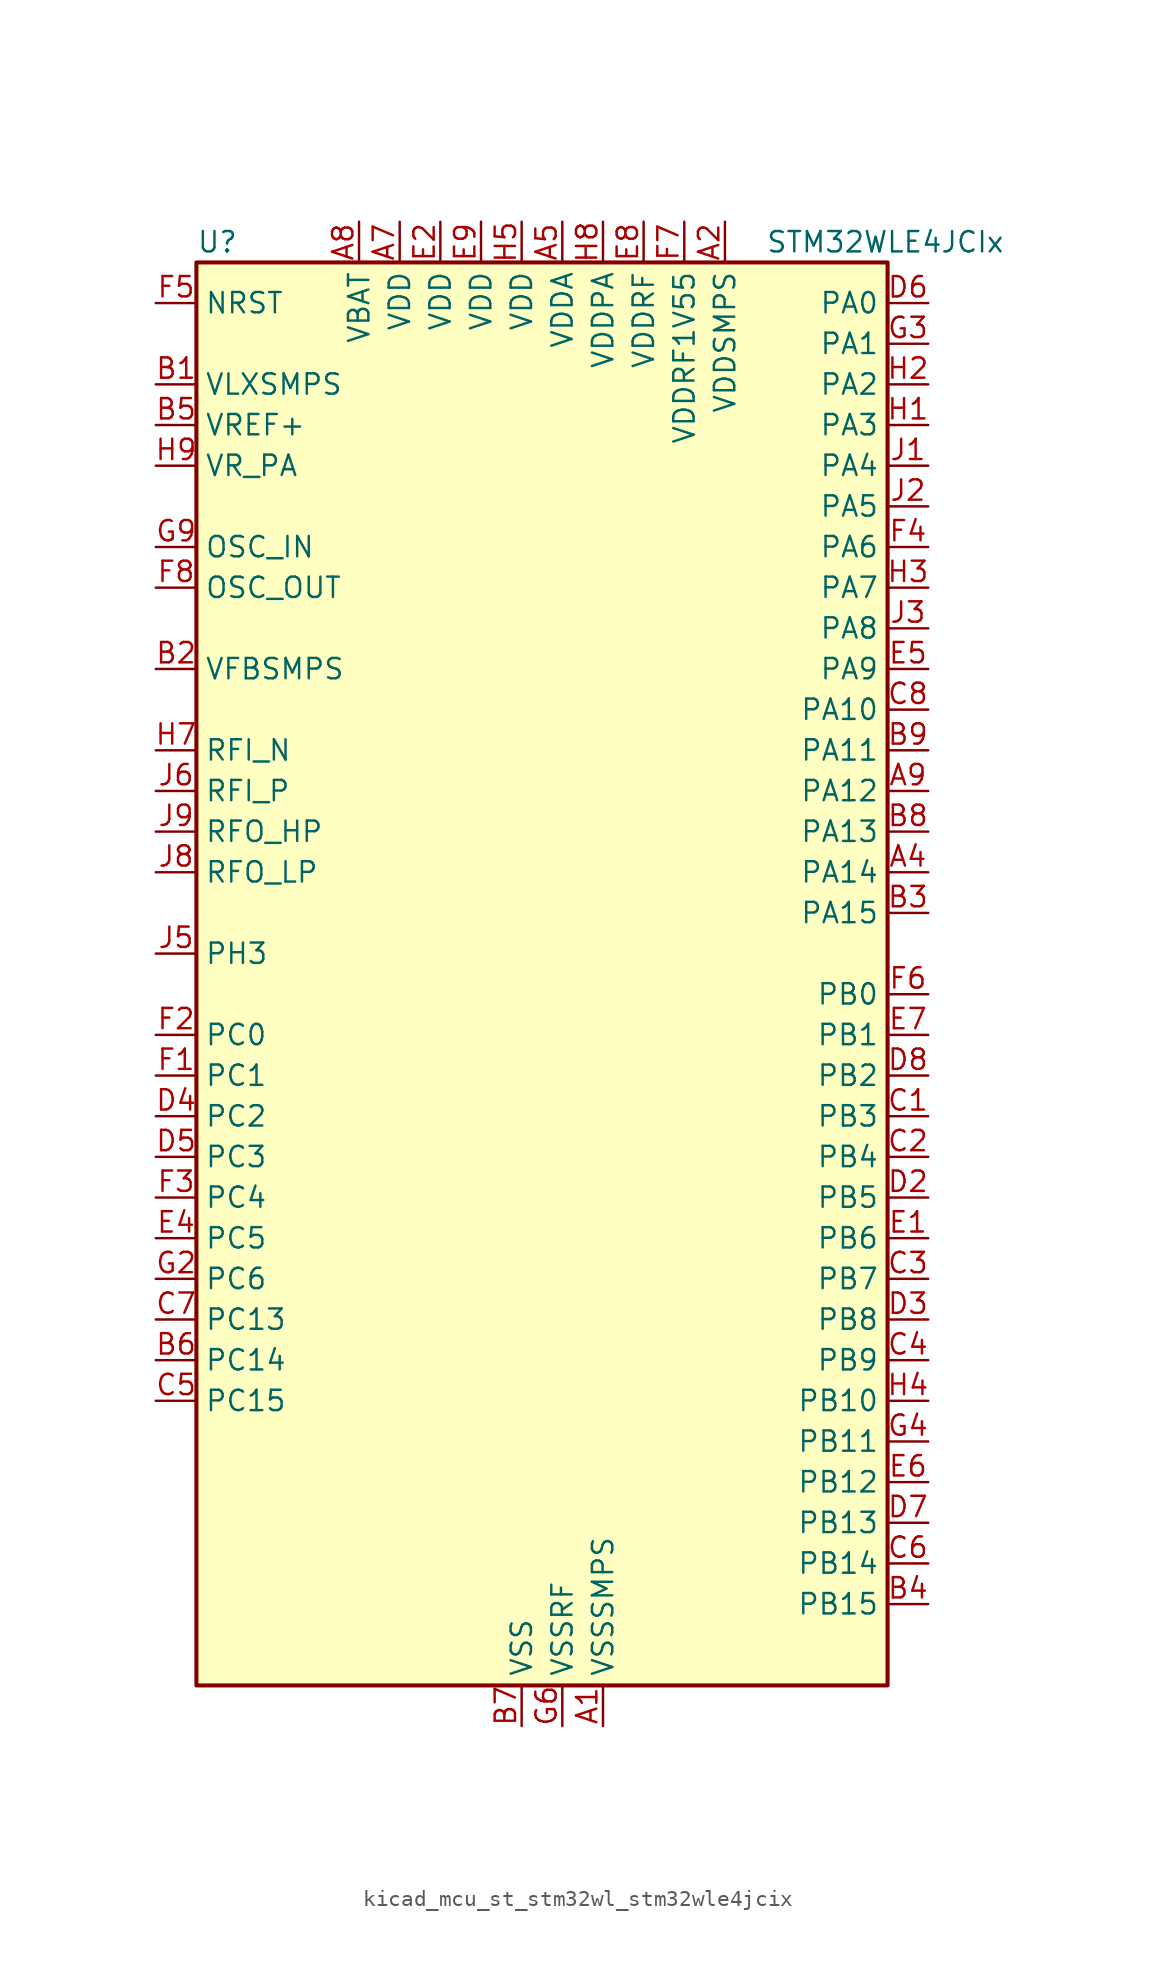
<source format=kicad_sym>
(kicad_symbol_lib
  (version 20220914)
  (generator kicad_symbol_editor)
  (symbol "kicad_mcu_st_stm32wl_stm32wle4jcix"
    (property "Reference" "U"
      (at -20.32 46.99 0)
      (effects (font (size 1.27 1.27)) (justify left)))
    (property "Value" "STM32WLE4JCIx"
      (at 15.24 46.99 0)
      (effects (font (size 1.27 1.27)) (justify left)))
    (property "ki_locked" ""
      (at 0 0 0)
      (effects (font (size 1.27 1.27))))
    (symbol "kicad_mcu_st_stm32wl_stm32wle4jcix_0_1"
      (rectangle (start -20.32 -43.18) (end 22.86 45.72) (stroke (width 0.254) (type default)) (fill (type background))))
    (symbol "kicad_mcu_st_stm32wl_stm32wle4jcix_1_1"
      (pin power_in line (at 5.08 -45.72 90) (length 2.54) (name "VSSSMPS" (effects (font (size 1.27 1.27)))) (number "A1" (effects (font (size 1.27 1.27)))))
      (pin power_in line (at 12.7 48.26 270) (length 2.54) (name "VDDSMPS" (effects (font (size 1.27 1.27)))) (number "A2" (effects (font (size 1.27 1.27)))))
      (pin bidirectional line (at 25.4 7.62 180) (length 2.54) (name "PA14" (effects (font (size 1.27 1.27)))) (number "A4" (effects (font (size 1.27 1.27)))) (alternate "ADC_IN10" bidirectional line) (alternate "DEBUG_JTCK-SWCLK" bidirectional line) (alternate "I2C1_SMBA" bidirectional line) (alternate "LPTIM1_OUT" bidirectional line))
      (pin power_in line (at 2.54 48.26 270) (length 2.54) (name "VDDA" (effects (font (size 1.27 1.27)))) (number "A5" (effects (font (size 1.27 1.27)))))
      (pin power_in line (at -7.62 48.26 270) (length 2.54) (name "VDD" (effects (font (size 1.27 1.27)))) (number "A7" (effects (font (size 1.27 1.27)))))
      (pin power_in line (at -10.16 48.26 270) (length 2.54) (name "VBAT" (effects (font (size 1.27 1.27)))) (number "A8" (effects (font (size 1.27 1.27)))))
      (pin bidirectional line (at 25.4 12.7 180) (length 2.54) (name "PA12" (effects (font (size 1.27 1.27)))) (number "A9" (effects (font (size 1.27 1.27)))) (alternate "ADC_IN8" bidirectional line) (alternate "DEBUG_RF-BUSY" bidirectional line) (alternate "I2C2_SCL" bidirectional line) (alternate "LPTIM3_IN1" bidirectional line) (alternate "SPI1_MOSI" bidirectional line) (alternate "TIM1_ETR" bidirectional line) (alternate "USART1_DE" bidirectional line) (alternate "USART1_RTS" bidirectional line))
      (pin power_in line (at -22.86 38.1 0) (length 2.54) (name "VLXSMPS" (effects (font (size 1.27 1.27)))) (number "B1" (effects (font (size 1.27 1.27)))))
      (pin input line (at -22.86 20.32 0) (length 2.54) (name "VFBSMPS" (effects (font (size 1.27 1.27)))) (number "B2" (effects (font (size 1.27 1.27)))))
      (pin bidirectional line (at 25.4 5.08 180) (length 2.54) (name "PA15" (effects (font (size 1.27 1.27)))) (number "B3" (effects (font (size 1.27 1.27)))) (alternate "ADC_IN11" bidirectional line) (alternate "COMP1_INM" bidirectional line) (alternate "COMP2_INP" bidirectional line) (alternate "DEBUG_JTDI" bidirectional line) (alternate "I2C2_SDA" bidirectional line) (alternate "SPI1_NSS" bidirectional line) (alternate "TIM2_CH1" bidirectional line) (alternate "TIM2_ETR" bidirectional line))
      (pin bidirectional line (at 25.4 -38.1 180) (length 2.54) (name "PB15" (effects (font (size 1.27 1.27)))) (number "B4" (effects (font (size 1.27 1.27)))) (alternate "I2C2_SCL" bidirectional line) (alternate "I2S2_SD" bidirectional line) (alternate "SPI2_MOSI" bidirectional line) (alternate "TIM1_CH3N" bidirectional line))
      (pin input line (at -22.86 35.56 0) (length 2.54) (name "VREF+" (effects (font (size 1.27 1.27)))) (number "B5" (effects (font (size 1.27 1.27)))) (alternate "VREFBUF_OUT" bidirectional line))
      (pin bidirectional line (at -22.86 -22.86 0) (length 2.54) (name "PC14" (effects (font (size 1.27 1.27)))) (number "B6" (effects (font (size 1.27 1.27)))) (alternate "RCC_OSC32_IN" bidirectional line))
      (pin power_in line (at 0 -45.72 90) (length 2.54) (name "VSS" (effects (font (size 1.27 1.27)))) (number "B7" (effects (font (size 1.27 1.27)))))
      (pin bidirectional line (at 25.4 10.16 180) (length 2.54) (name "PA13" (effects (font (size 1.27 1.27)))) (number "B8" (effects (font (size 1.27 1.27)))) (alternate "ADC_IN9" bidirectional line) (alternate "DEBUG_JTMS-SWDIO" bidirectional line) (alternate "I2C2_SMBA" bidirectional line) (alternate "IR_OUT" bidirectional line))
      (pin bidirectional line (at 25.4 15.24 180) (length 2.54) (name "PA11" (effects (font (size 1.27 1.27)))) (number "B9" (effects (font (size 1.27 1.27)))) (alternate "ADC_EXTI11" bidirectional line) (alternate "ADC_IN7" bidirectional line) (alternate "COMP1_INM" bidirectional line) (alternate "COMP2_INM" bidirectional line) (alternate "DEBUG_RF-NRESET" bidirectional line) (alternate "I2C2_SDA" bidirectional line) (alternate "LPTIM3_ETR" bidirectional line) (alternate "SPI1_MISO" bidirectional line) (alternate "TIM1_BKIN2" bidirectional line) (alternate "TIM1_CH4" bidirectional line) (alternate "USART1_CTS" bidirectional line) (alternate "USART1_NSS" bidirectional line))
      (pin bidirectional line (at 25.4 -7.62 180) (length 2.54) (name "PB3" (effects (font (size 1.27 1.27)))) (number "C1" (effects (font (size 1.27 1.27)))) (alternate "ADC_IN2" bidirectional line) (alternate "COMP1_INM" bidirectional line) (alternate "COMP2_INM" bidirectional line) (alternate "DEBUG_JTDO-SWO" bidirectional line) (alternate "DEBUG_RF-DTB1" bidirectional line) (alternate "PWR_WKUP3" bidirectional line) (alternate "RTC_TAMP_IN3" bidirectional line) (alternate "SPI1_SCK" bidirectional line) (alternate "TIM2_CH2" bidirectional line) (alternate "USART1_DE" bidirectional line) (alternate "USART1_RTS" bidirectional line))
      (pin bidirectional line (at 25.4 -10.16 180) (length 2.54) (name "PB4" (effects (font (size 1.27 1.27)))) (number "C2" (effects (font (size 1.27 1.27)))) (alternate "ADC_IN3" bidirectional line) (alternate "COMP1_INP" bidirectional line) (alternate "COMP2_INP" bidirectional line) (alternate "DEBUG_JTRST" bidirectional line) (alternate "DEBUG_RF-LDORDY" bidirectional line) (alternate "I2C3_SDA" bidirectional line) (alternate "SPI1_MISO" bidirectional line) (alternate "TIM17_BKIN" bidirectional line) (alternate "USART1_CTS" bidirectional line) (alternate "USART1_NSS" bidirectional line))
      (pin bidirectional line (at 25.4 -17.78 180) (length 2.54) (name "PB7" (effects (font (size 1.27 1.27)))) (number "C3" (effects (font (size 1.27 1.27)))) (alternate "I2C1_SDA" bidirectional line) (alternate "LPTIM1_IN2" bidirectional line) (alternate "PWR_PVD_IN" bidirectional line) (alternate "TIM17_CH1N" bidirectional line) (alternate "TIM1_BKIN" bidirectional line) (alternate "USART1_RX" bidirectional line))
      (pin bidirectional line (at 25.4 -22.86 180) (length 2.54) (name "PB9" (effects (font (size 1.27 1.27)))) (number "C4" (effects (font (size 1.27 1.27)))) (alternate "DAC_EXTI9" bidirectional line) (alternate "I2C1_SDA" bidirectional line) (alternate "I2S2_WS" bidirectional line) (alternate "IR_OUT" bidirectional line) (alternate "SPI2_NSS" bidirectional line) (alternate "TIM17_CH1" bidirectional line) (alternate "TIM1_CH3N" bidirectional line))
      (pin bidirectional line (at -22.86 -25.4 0) (length 2.54) (name "PC15" (effects (font (size 1.27 1.27)))) (number "C5" (effects (font (size 1.27 1.27)))) (alternate "RCC_OSC32_OUT" bidirectional line))
      (pin bidirectional line (at 25.4 -35.56 180) (length 2.54) (name "PB14" (effects (font (size 1.27 1.27)))) (number "C6" (effects (font (size 1.27 1.27)))) (alternate "ADC_IN1" bidirectional line) (alternate "I2C3_SDA" bidirectional line) (alternate "I2S2_MCK" bidirectional line) (alternate "SPI2_MISO" bidirectional line) (alternate "TIM1_CH2N" bidirectional line))
      (pin bidirectional line (at -22.86 -20.32 0) (length 2.54) (name "PC13" (effects (font (size 1.27 1.27)))) (number "C7" (effects (font (size 1.27 1.27)))) (alternate "PWR_WKUP2" bidirectional line) (alternate "RTC_OUT1" bidirectional line) (alternate "RTC_TAMP_IN1" bidirectional line) (alternate "RTC_TS" bidirectional line))
      (pin bidirectional line (at 25.4 17.78 180) (length 2.54) (name "PA10" (effects (font (size 1.27 1.27)))) (number "C8" (effects (font (size 1.27 1.27)))) (alternate "ADC_IN6" bidirectional line) (alternate "COMP1_INM" bidirectional line) (alternate "COMP2_INM" bidirectional line) (alternate "DAC_OUT1" bidirectional line) (alternate "DEBUG_RF-HSE32RDY" bidirectional line) (alternate "I2C1_SDA" bidirectional line) (alternate "I2S2_SD" bidirectional line) (alternate "RTC_REFIN" bidirectional line) (alternate "SPI2_MOSI" bidirectional line) (alternate "TIM17_BKIN" bidirectional line) (alternate "TIM1_CH3" bidirectional line) (alternate "USART1_RX" bidirectional line))
      (pin bidirectional line (at 25.4 -12.7 180) (length 2.54) (name "PB5" (effects (font (size 1.27 1.27)))) (number "D2" (effects (font (size 1.27 1.27)))) (alternate "COMP2_OUT" bidirectional line) (alternate "I2C1_SMBA" bidirectional line) (alternate "LPTIM1_IN1" bidirectional line) (alternate "SPI1_MOSI" bidirectional line) (alternate "TIM16_BKIN" bidirectional line) (alternate "USART1_CK" bidirectional line))
      (pin bidirectional line (at 25.4 -20.32 180) (length 2.54) (name "PB8" (effects (font (size 1.27 1.27)))) (number "D3" (effects (font (size 1.27 1.27)))) (alternate "I2C1_SCL" bidirectional line) (alternate "TIM16_CH1" bidirectional line) (alternate "TIM1_CH2N" bidirectional line))
      (pin bidirectional line (at -22.86 -7.62 0) (length 2.54) (name "PC2" (effects (font (size 1.27 1.27)))) (number "D4" (effects (font (size 1.27 1.27)))) (alternate "LPTIM1_IN2" bidirectional line) (alternate "SPI2_MISO" bidirectional line))
      (pin bidirectional line (at -22.86 -10.16 0) (length 2.54) (name "PC3" (effects (font (size 1.27 1.27)))) (number "D5" (effects (font (size 1.27 1.27)))) (alternate "I2S2_SD" bidirectional line) (alternate "LPTIM1_ETR" bidirectional line) (alternate "LPTIM2_ETR" bidirectional line) (alternate "SPI2_MOSI" bidirectional line))
      (pin bidirectional line (at 25.4 43.18 180) (length 2.54) (name "PA0" (effects (font (size 1.27 1.27)))) (number "D6" (effects (font (size 1.27 1.27)))) (alternate "COMP1_OUT" bidirectional line) (alternate "DEBUG_PWR-REGLP1S" bidirectional line) (alternate "I2C3_SMBA" bidirectional line) (alternate "I2S_CKIN" bidirectional line) (alternate "PWR_WKUP1" bidirectional line) (alternate "RTC_TAMP_IN2" bidirectional line) (alternate "TIM2_CH1" bidirectional line) (alternate "TIM2_ETR" bidirectional line) (alternate "USART2_CTS" bidirectional line) (alternate "USART2_NSS" bidirectional line))
      (pin bidirectional line (at 25.4 -33.02 180) (length 2.54) (name "PB13" (effects (font (size 1.27 1.27)))) (number "D7" (effects (font (size 1.27 1.27)))) (alternate "ADC_IN0" bidirectional line) (alternate "I2C3_SCL" bidirectional line) (alternate "I2S2_CK" bidirectional line) (alternate "LPUART1_CTS" bidirectional line) (alternate "SPI2_SCK" bidirectional line) (alternate "TIM1_CH1N" bidirectional line))
      (pin bidirectional line (at 25.4 -5.08 180) (length 2.54) (name "PB2" (effects (font (size 1.27 1.27)))) (number "D8" (effects (font (size 1.27 1.27)))) (alternate "ADC_IN4" bidirectional line) (alternate "COMP1_INP" bidirectional line) (alternate "COMP2_INM" bidirectional line) (alternate "DEBUG_RF-SMPSRDY" bidirectional line) (alternate "I2C3_SMBA" bidirectional line) (alternate "LPTIM1_OUT" bidirectional line) (alternate "SPI1_NSS" bidirectional line))
      (pin passive line (at 0 -45.72 90) (length 2.54) hide (name "VSS" (effects (font (size 1.27 1.27)))) (number "D9" (effects (font (size 1.27 1.27)))))
      (pin bidirectional line (at 25.4 -15.24 180) (length 2.54) (name "PB6" (effects (font (size 1.27 1.27)))) (number "E1" (effects (font (size 1.27 1.27)))) (alternate "I2C1_SCL" bidirectional line) (alternate "LPTIM1_ETR" bidirectional line) (alternate "TIM16_CH1N" bidirectional line) (alternate "USART1_TX" bidirectional line))
      (pin power_in line (at -5.08 48.26 270) (length 2.54) (name "VDD" (effects (font (size 1.27 1.27)))) (number "E2" (effects (font (size 1.27 1.27)))))
      (pin passive line (at 0 -45.72 90) (length 2.54) hide (name "VSS" (effects (font (size 1.27 1.27)))) (number "E3" (effects (font (size 1.27 1.27)))))
      (pin bidirectional line (at -22.86 -15.24 0) (length 2.54) (name "PC5" (effects (font (size 1.27 1.27)))) (number "E4" (effects (font (size 1.27 1.27)))))
      (pin bidirectional line (at 25.4 20.32 180) (length 2.54) (name "PA9" (effects (font (size 1.27 1.27)))) (number "E5" (effects (font (size 1.27 1.27)))) (alternate "DAC_EXTI9" bidirectional line) (alternate "I2C1_SCL" bidirectional line) (alternate "I2S2_CK" bidirectional line) (alternate "I2S2_WS" bidirectional line) (alternate "SPI2_NSS" bidirectional line) (alternate "SPI2_SCK" bidirectional line) (alternate "TIM1_CH2" bidirectional line) (alternate "USART1_TX" bidirectional line))
      (pin bidirectional line (at 25.4 -30.48 180) (length 2.54) (name "PB12" (effects (font (size 1.27 1.27)))) (number "E6" (effects (font (size 1.27 1.27)))) (alternate "I2C3_SMBA" bidirectional line) (alternate "I2S2_WS" bidirectional line) (alternate "LPUART1_RTS" bidirectional line) (alternate "SPI2_NSS" bidirectional line) (alternate "TIM1_BKIN" bidirectional line))
      (pin bidirectional line (at 25.4 -2.54 180) (length 2.54) (name "PB1" (effects (font (size 1.27 1.27)))) (number "E7" (effects (font (size 1.27 1.27)))) (alternate "ADC_IN5" bidirectional line) (alternate "COMP2_INP" bidirectional line) (alternate "LPTIM2_IN1" bidirectional line) (alternate "LPUART1_DE" bidirectional line) (alternate "LPUART1_RTS" bidirectional line))
      (pin power_in line (at 7.62 48.26 270) (length 2.54) (name "VDDRF" (effects (font (size 1.27 1.27)))) (number "E8" (effects (font (size 1.27 1.27)))))
      (pin power_in line (at -2.54 48.26 270) (length 2.54) (name "VDD" (effects (font (size 1.27 1.27)))) (number "E9" (effects (font (size 1.27 1.27)))))
      (pin bidirectional line (at -22.86 -5.08 0) (length 2.54) (name "PC1" (effects (font (size 1.27 1.27)))) (number "F1" (effects (font (size 1.27 1.27)))) (alternate "I2C3_SDA" bidirectional line) (alternate "I2S2_SD" bidirectional line) (alternate "LPTIM1_OUT" bidirectional line) (alternate "LPUART1_TX" bidirectional line) (alternate "SPI2_MOSI" bidirectional line))
      (pin bidirectional line (at -22.86 -2.54 0) (length 2.54) (name "PC0" (effects (font (size 1.27 1.27)))) (number "F2" (effects (font (size 1.27 1.27)))) (alternate "I2C3_SCL" bidirectional line) (alternate "LPTIM1_IN1" bidirectional line) (alternate "LPTIM2_IN1" bidirectional line) (alternate "LPUART1_RX" bidirectional line))
      (pin bidirectional line (at -22.86 -12.7 0) (length 2.54) (name "PC4" (effects (font (size 1.27 1.27)))) (number "F3" (effects (font (size 1.27 1.27)))))
      (pin bidirectional line (at 25.4 27.94 180) (length 2.54) (name "PA6" (effects (font (size 1.27 1.27)))) (number "F4" (effects (font (size 1.27 1.27)))) (alternate "DEBUG_SUBGHZSPI-MISOOUT" bidirectional line) (alternate "I2C2_SMBA" bidirectional line) (alternate "LPUART1_CTS" bidirectional line) (alternate "SPI1_MISO" bidirectional line) (alternate "TIM16_CH1" bidirectional line) (alternate "TIM1_BKIN" bidirectional line))
      (pin input line (at -22.86 43.18 0) (length 2.54) (name "NRST" (effects (font (size 1.27 1.27)))) (number "F5" (effects (font (size 1.27 1.27)))))
      (pin bidirectional line (at 25.4 0 180) (length 2.54) (name "PB0" (effects (font (size 1.27 1.27)))) (number "F6" (effects (font (size 1.27 1.27)))) (alternate "COMP1_OUT" bidirectional line) (alternate "VDDTCXO" bidirectional line))
      (pin power_in line (at 10.16 48.26 270) (length 2.54) (name "VDDRF1V55" (effects (font (size 1.27 1.27)))) (number "F7" (effects (font (size 1.27 1.27)))))
      (pin input line (at -22.86 25.4 0) (length 2.54) (name "OSC_OUT" (effects (font (size 1.27 1.27)))) (number "F8" (effects (font (size 1.27 1.27)))) (alternate "RCC_OSC_OUT" bidirectional line))
      (pin bidirectional line (at -22.86 -17.78 0) (length 2.54) (name "PC6" (effects (font (size 1.27 1.27)))) (number "G2" (effects (font (size 1.27 1.27)))) (alternate "I2S2_MCK" bidirectional line))
      (pin bidirectional line (at 25.4 40.64 180) (length 2.54) (name "PA1" (effects (font (size 1.27 1.27)))) (number "G3" (effects (font (size 1.27 1.27)))) (alternate "DEBUG_PWR-REGLP2S" bidirectional line) (alternate "I2C1_SMBA" bidirectional line) (alternate "LPTIM3_OUT" bidirectional line) (alternate "LPUART1_RTS" bidirectional line) (alternate "SPI1_SCK" bidirectional line) (alternate "TIM2_CH2" bidirectional line) (alternate "USART2_DE" bidirectional line) (alternate "USART2_RTS" bidirectional line))
      (pin bidirectional line (at 25.4 -27.94 180) (length 2.54) (name "PB11" (effects (font (size 1.27 1.27)))) (number "G4" (effects (font (size 1.27 1.27)))) (alternate "ADC_EXTI11" bidirectional line) (alternate "COMP2_OUT" bidirectional line) (alternate "I2C3_SDA" bidirectional line) (alternate "LPUART1_TX" bidirectional line) (alternate "TIM2_CH4" bidirectional line))
      (pin passive line (at 0 -45.72 90) (length 2.54) hide (name "VSS" (effects (font (size 1.27 1.27)))) (number "G5" (effects (font (size 1.27 1.27)))))
      (pin power_in line (at 2.54 -45.72 90) (length 2.54) (name "VSSRF" (effects (font (size 1.27 1.27)))) (number "G6" (effects (font (size 1.27 1.27)))))
      (pin passive line (at 2.54 -45.72 90) (length 2.54) hide (name "VSSRF" (effects (font (size 1.27 1.27)))) (number "G7" (effects (font (size 1.27 1.27)))))
      (pin passive line (at 2.54 -45.72 90) (length 2.54) hide (name "VSSRF" (effects (font (size 1.27 1.27)))) (number "G8" (effects (font (size 1.27 1.27)))))
      (pin input line (at -22.86 27.94 0) (length 2.54) (name "OSC_IN" (effects (font (size 1.27 1.27)))) (number "G9" (effects (font (size 1.27 1.27)))) (alternate "RCC_OSC_IN" bidirectional line))
      (pin bidirectional line (at 25.4 35.56 180) (length 2.54) (name "PA3" (effects (font (size 1.27 1.27)))) (number "H1" (effects (font (size 1.27 1.27)))) (alternate "I2S2_MCK" bidirectional line) (alternate "LPUART1_RX" bidirectional line) (alternate "TIM2_CH4" bidirectional line) (alternate "USART2_RX" bidirectional line))
      (pin bidirectional line (at 25.4 38.1 180) (length 2.54) (name "PA2" (effects (font (size 1.27 1.27)))) (number "H2" (effects (font (size 1.27 1.27)))) (alternate "COMP2_OUT" bidirectional line) (alternate "DEBUG_PWR-LDORDY" bidirectional line) (alternate "LPUART1_TX" bidirectional line) (alternate "RCC_LSCO" bidirectional line) (alternate "TIM2_CH3" bidirectional line) (alternate "USART2_TX" bidirectional line))
      (pin bidirectional line (at 25.4 25.4 180) (length 2.54) (name "PA7" (effects (font (size 1.27 1.27)))) (number "H3" (effects (font (size 1.27 1.27)))) (alternate "COMP2_OUT" bidirectional line) (alternate "DEBUG_SUBGHZSPI-MOSIOUT" bidirectional line) (alternate "I2C3_SCL" bidirectional line) (alternate "SPI1_MOSI" bidirectional line) (alternate "TIM17_CH1" bidirectional line) (alternate "TIM1_CH1N" bidirectional line))
      (pin bidirectional line (at 25.4 -25.4 180) (length 2.54) (name "PB10" (effects (font (size 1.27 1.27)))) (number "H4" (effects (font (size 1.27 1.27)))) (alternate "COMP1_OUT" bidirectional line) (alternate "I2C3_SCL" bidirectional line) (alternate "I2S2_CK" bidirectional line) (alternate "LPUART1_RX" bidirectional line) (alternate "SPI2_SCK" bidirectional line) (alternate "TIM2_CH3" bidirectional line))
      (pin power_in line (at 0 48.26 270) (length 2.54) (name "VDD" (effects (font (size 1.27 1.27)))) (number "H5" (effects (font (size 1.27 1.27)))))
      (pin passive line (at 2.54 -45.72 90) (length 2.54) hide (name "VSSRF" (effects (font (size 1.27 1.27)))) (number "H6" (effects (font (size 1.27 1.27)))))
      (pin bidirectional line (at -22.86 15.24 0) (length 2.54) (name "RFI_N" (effects (font (size 1.27 1.27)))) (number "H7" (effects (font (size 1.27 1.27)))))
      (pin power_in line (at 5.08 48.26 270) (length 2.54) (name "VDDPA" (effects (font (size 1.27 1.27)))) (number "H8" (effects (font (size 1.27 1.27)))))
      (pin power_in line (at -22.86 33.02 0) (length 2.54) (name "VR_PA" (effects (font (size 1.27 1.27)))) (number "H9" (effects (font (size 1.27 1.27)))))
      (pin bidirectional line (at 25.4 33.02 180) (length 2.54) (name "PA4" (effects (font (size 1.27 1.27)))) (number "J1" (effects (font (size 1.27 1.27)))) (alternate "DEBUG_SUBGHZSPI-NSSOUT" bidirectional line) (alternate "LPTIM1_OUT" bidirectional line) (alternate "LPTIM2_OUT" bidirectional line) (alternate "RTC_OUT2" bidirectional line) (alternate "SPI1_NSS" bidirectional line) (alternate "USART2_CK" bidirectional line))
      (pin bidirectional line (at 25.4 30.48 180) (length 2.54) (name "PA5" (effects (font (size 1.27 1.27)))) (number "J2" (effects (font (size 1.27 1.27)))) (alternate "DEBUG_SUBGHZSPI-SCKOUT" bidirectional line) (alternate "LPTIM2_ETR" bidirectional line) (alternate "SPI1_SCK" bidirectional line) (alternate "SPI2_MISO" bidirectional line) (alternate "TIM2_CH1" bidirectional line) (alternate "TIM2_ETR" bidirectional line))
      (pin bidirectional line (at 25.4 22.86 180) (length 2.54) (name "PA8" (effects (font (size 1.27 1.27)))) (number "J3" (effects (font (size 1.27 1.27)))) (alternate "I2S2_CK" bidirectional line) (alternate "LPTIM2_OUT" bidirectional line) (alternate "RCC_MCO" bidirectional line) (alternate "SPI2_SCK" bidirectional line) (alternate "TIM1_CH1" bidirectional line) (alternate "USART1_CK" bidirectional line))
      (pin bidirectional line (at -22.86 2.54 0) (length 2.54) (name "PH3" (effects (font (size 1.27 1.27)))) (number "J5" (effects (font (size 1.27 1.27)))))
      (pin bidirectional line (at -22.86 12.7 0) (length 2.54) (name "RFI_P" (effects (font (size 1.27 1.27)))) (number "J6" (effects (font (size 1.27 1.27)))))
      (pin bidirectional line (at -22.86 7.62 0) (length 2.54) (name "RFO_LP" (effects (font (size 1.27 1.27)))) (number "J8" (effects (font (size 1.27 1.27)))))
      (pin bidirectional line (at -22.86 10.16 0) (length 2.54) (name "RFO_HP" (effects (font (size 1.27 1.27)))) (number "J9" (effects (font (size 1.27 1.27))))))))
</source>
